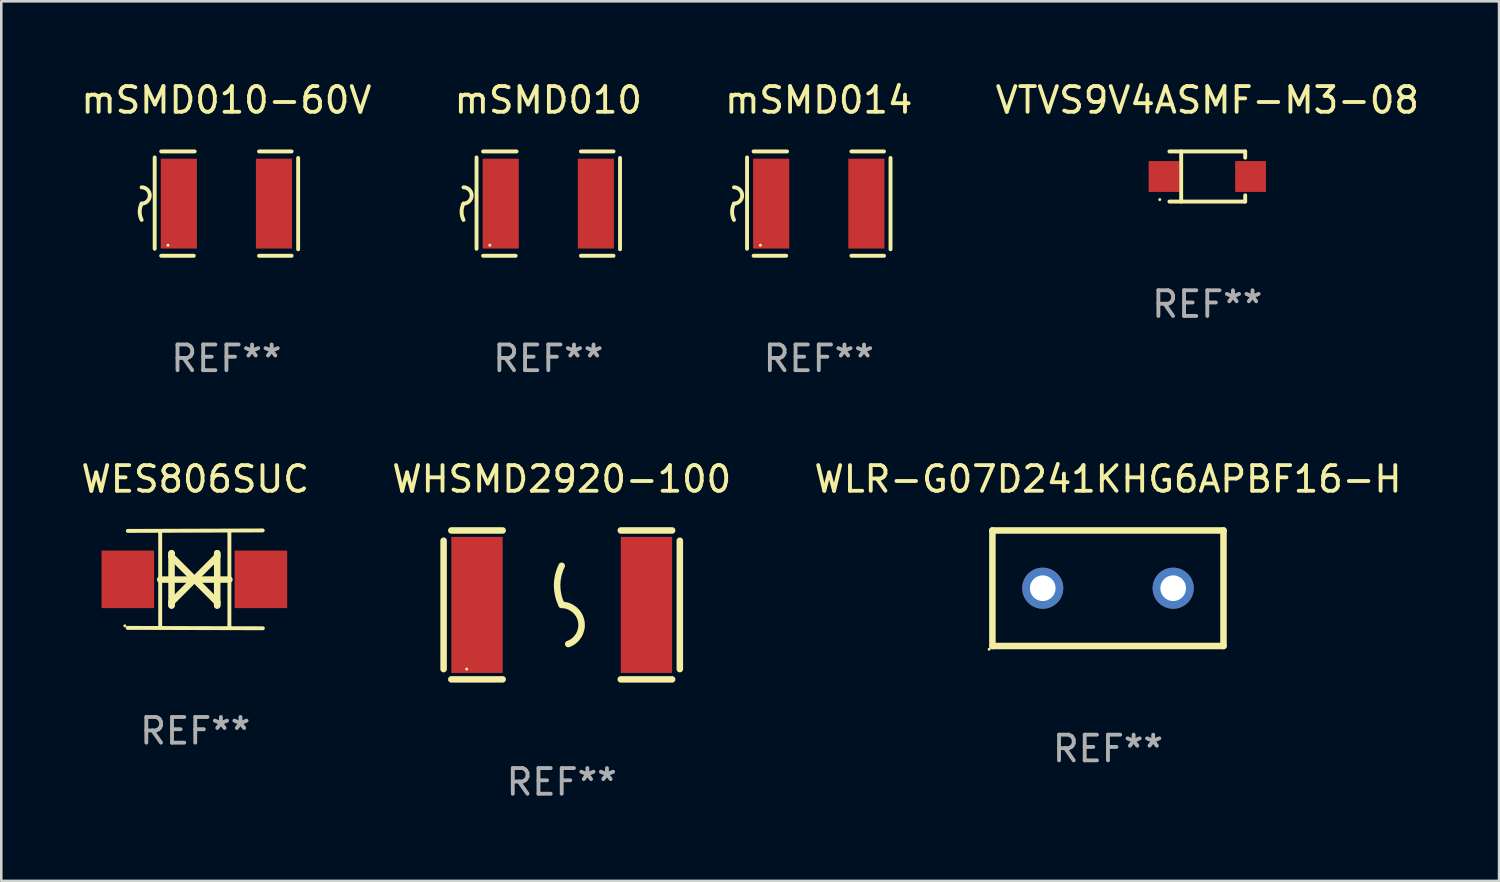
<source format=kicad_pcb>
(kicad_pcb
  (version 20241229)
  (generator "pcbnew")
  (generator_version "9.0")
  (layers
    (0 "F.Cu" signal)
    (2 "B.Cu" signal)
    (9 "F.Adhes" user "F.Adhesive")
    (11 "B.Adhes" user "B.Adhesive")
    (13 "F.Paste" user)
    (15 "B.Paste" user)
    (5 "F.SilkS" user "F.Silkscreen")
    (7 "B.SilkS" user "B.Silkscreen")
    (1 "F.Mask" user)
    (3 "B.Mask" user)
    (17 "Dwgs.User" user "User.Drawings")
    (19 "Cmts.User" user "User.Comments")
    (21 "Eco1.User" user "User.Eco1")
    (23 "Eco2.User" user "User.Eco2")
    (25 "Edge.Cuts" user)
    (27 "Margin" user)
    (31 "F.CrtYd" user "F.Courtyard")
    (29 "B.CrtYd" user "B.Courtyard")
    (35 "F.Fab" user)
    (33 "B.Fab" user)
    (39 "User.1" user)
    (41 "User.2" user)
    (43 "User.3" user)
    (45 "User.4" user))
  (footprint "WLR-G07D241KHG6APBF16-H"
    (layer "F.Cu")
    (at 40.101 19.859)
    (property "Reference" "WLR-G07D241KHG6APBF16-H" (at 0 -4.25 0) (layer "F.SilkS") (effects (font (size 1 1) (thickness 0.15))))
    (attr through_hole)
    (fp_line (start -4.5 -2.25) (end 4.5 -2.25) (stroke (width 0.254) (type solid)) (layer "F.SilkS"))
    (fp_line (start -4.5 2.25) (end -4.5 -2.25) (stroke (width 0.254) (type solid)) (layer "F.SilkS"))
    (fp_line (start 4.5 -2.25) (end 4.5 2.25) (stroke (width 0.254) (type solid)) (layer "F.SilkS"))
    (fp_line (start 4.5 2.25) (end -4.5 2.25) (stroke (width 0.254) (type solid)) (layer "F.SilkS"))
    (fp_circle (center -4.627 2.377) (end -4.597 2.377) (stroke (width 0.06) (type solid)) (fill no) (layer "F.SilkS"))
    (fp_text user "REF**" (at 0 6.25 0) (layer "F.Fab") (effects (font (size 1 1) (thickness 0.15))))
    (pad "1" thru_hole circle (at -2.54 0) (size 1.6 1.6) (drill 1) (layers "*.Cu" "*.Mask"))
    (pad "2" thru_hole circle (at 2.54 0) (size 1.6 1.6) (drill 1) (layers "*.Cu" "*.Mask")))
  (footprint "mSMD014"
    (layer "F.Cu")
    (at 28.839 4.88)
    (property "Reference" "mSMD014" (at 0 -4.032 0) (layer "F.SilkS") (effects (font (size 1 1) (thickness 0.15))))
    (attr through_hole)
    (fp_line (start -2.794 -1.798) (end -2.794 1.758) (stroke (width 0.152) (type solid)) (layer "F.SilkS"))
    (fp_line (start -2.54 -2.032) (end -1.235 -2.032) (stroke (width 0.152) (type solid)) (layer "F.SilkS"))
    (fp_line (start -1.27 2.032) (end -2.54 2.032) (stroke (width 0.152) (type solid)) (layer "F.SilkS"))
    (fp_line (start 1.27 2.032) (end 2.54 2.032) (stroke (width 0.152) (type solid)) (layer "F.SilkS"))
    (fp_line (start 2.54 -2.032) (end 1.27 -2.032) (stroke (width 0.152) (type solid)) (layer "F.SilkS"))
    (fp_line (start 2.794 -1.778) (end 2.794 1.778) (stroke (width 0.152) (type solid)) (layer "F.SilkS"))
    (fp_arc (start -3.302007 -0.635002) (mid -2.984506 -0.317501) (end -3.302007 0) (stroke (width 0.151994) (type solid)) (layer "F.SilkS"))
    (fp_arc (start -3.302007 0.635002) (mid -3.376959 0.317501) (end -3.302007 0) (stroke (width 0.151994) (type solid)) (layer "F.SilkS"))
    (fp_circle (center -2.275 1.62) (end -2.245 1.62) (stroke (width 0.06) (type solid)) (fill no) (layer "F.SilkS"))
    (fp_text user "REF**" (at 0 6.032 0) (layer "F.Fab") (effects (font (size 1 1) (thickness 0.15))))
    (pad "1" smd rect (at -1.853 0) (size 1.407 3.499) (layers "F.Cu" "F.Mask" "F.Paste"))
    (pad "2" smd rect (at 1.853 0) (size 1.407 3.499) (layers "F.Cu" "F.Mask" "F.Paste")))
  (footprint "mSMD010-60V"
    (layer "F.Cu")
    (at 5.768 4.88)
    (property "Reference" "mSMD010-60V" (at 0 -4.032 0) (layer "F.SilkS") (effects (font (size 1 1) (thickness 0.15))))
    (attr through_hole)
    (fp_line (start -2.794 -1.798) (end -2.794 1.758) (stroke (width 0.152) (type solid)) (layer "F.SilkS"))
    (fp_line (start -2.54 -2.032) (end -1.235 -2.032) (stroke (width 0.152) (type solid)) (layer "F.SilkS"))
    (fp_line (start -1.27 2.032) (end -2.54 2.032) (stroke (width 0.152) (type solid)) (layer "F.SilkS"))
    (fp_line (start 1.27 2.032) (end 2.54 2.032) (stroke (width 0.152) (type solid)) (layer "F.SilkS"))
    (fp_line (start 2.54 -2.032) (end 1.27 -2.032) (stroke (width 0.152) (type solid)) (layer "F.SilkS"))
    (fp_line (start 2.794 -1.778) (end 2.794 1.778) (stroke (width 0.152) (type solid)) (layer "F.SilkS"))
    (fp_arc (start -3.302007 -0.635002) (mid -2.984506 -0.317501) (end -3.302007 0) (stroke (width 0.151994) (type solid)) (layer "F.SilkS"))
    (fp_arc (start -3.302007 0.635002) (mid -3.376959 0.317501) (end -3.302007 0) (stroke (width 0.151994) (type solid)) (layer "F.SilkS"))
    (fp_circle (center -2.275 1.62) (end -2.245 1.62) (stroke (width 0.06) (type solid)) (fill no) (layer "F.SilkS"))
    (fp_text user "REF**" (at 0 6.032 0) (layer "F.Fab") (effects (font (size 1 1) (thickness 0.15))))
    (pad "1" smd rect (at -1.853 0) (size 1.407 3.499) (layers "F.Cu" "F.Mask" "F.Paste"))
    (pad "2" smd rect (at 1.853 0) (size 1.407 3.499) (layers "F.Cu" "F.Mask" "F.Paste")))
  (footprint "VTVS9V4ASMF-M3-08"
    (layer "F.Cu")
    (at 43.97 3.824)
    (property "Reference" "VTVS9V4ASMF-M3-08" (at 0 -2.976 0) (layer "F.SilkS") (effects (font (size 1 1) (thickness 0.15))))
    (attr through_hole)
    (fp_line (start -1.476 -0.976) (end 1.476 -0.976) (stroke (width 0.152) (type solid)) (layer "F.SilkS"))
    (fp_line (start -1.476 0.976) (end 1.476 0.976) (stroke (width 0.152) (type solid)) (layer "F.SilkS"))
    (fp_line (start -1.017 -0.976) (end -1.017 0.976) (stroke (width 0.152) (type solid)) (layer "F.SilkS"))
    (fp_line (start 1.476 -0.976) (end 1.476 -0.733) (stroke (width 0.152) (type solid)) (layer "F.SilkS"))
    (fp_line (start 1.476 0.976) (end 1.476 0.733) (stroke (width 0.152) (type solid)) (layer "F.SilkS"))
    (fp_circle (center -1.85 0.9) (end -1.82 0.9) (stroke (width 0.06) (type solid)) (fill no) (layer "F.SilkS"))
    (fp_text user "REF**" (at 0 4.976 0) (layer "F.Fab") (effects (font (size 1 1) (thickness 0.15))))
    (pad "1" smd rect (at -1.685 0) (size 1.2 1.2) (layers "F.Cu" "F.Mask" "F.Paste"))
    (pad "2" smd rect (at 1.685 0) (size 1.2 1.2) (layers "F.Cu" "F.Mask" "F.Paste")))
  (footprint "mSMD010"
    (layer "F.Cu")
    (at 18.304 4.88)
    (property "Reference" "mSMD010" (at 0 -4.032 0) (layer "F.SilkS") (effects (font (size 1 1) (thickness 0.15))))
    (attr through_hole)
    (fp_line (start -2.794 -1.798) (end -2.794 1.758) (stroke (width 0.152) (type solid)) (layer "F.SilkS"))
    (fp_line (start -2.54 -2.032) (end -1.235 -2.032) (stroke (width 0.152) (type solid)) (layer "F.SilkS"))
    (fp_line (start -1.27 2.032) (end -2.54 2.032) (stroke (width 0.152) (type solid)) (layer "F.SilkS"))
    (fp_line (start 1.27 2.032) (end 2.54 2.032) (stroke (width 0.152) (type solid)) (layer "F.SilkS"))
    (fp_line (start 2.54 -2.032) (end 1.27 -2.032) (stroke (width 0.152) (type solid)) (layer "F.SilkS"))
    (fp_line (start 2.794 -1.778) (end 2.794 1.778) (stroke (width 0.152) (type solid)) (layer "F.SilkS"))
    (fp_arc (start -3.302007 -0.635002) (mid -2.984506 -0.317501) (end -3.302007 0) (stroke (width 0.151994) (type solid)) (layer "F.SilkS"))
    (fp_arc (start -3.302007 0.635002) (mid -3.376959 0.317501) (end -3.302007 0) (stroke (width 0.151994) (type solid)) (layer "F.SilkS"))
    (fp_circle (center -2.275 1.62) (end -2.245 1.62) (stroke (width 0.06) (type solid)) (fill no) (layer "F.SilkS"))
    (fp_text user "REF**" (at 0 6.032 0) (layer "F.Fab") (effects (font (size 1 1) (thickness 0.15))))
    (pad "1" smd rect (at -1.853 0) (size 1.407 3.499) (layers "F.Cu" "F.Mask" "F.Paste"))
    (pad "2" smd rect (at 1.853 0) (size 1.407 3.499) (layers "F.Cu" "F.Mask" "F.Paste")))
  (footprint "WHSMD2920-100"
    (layer "F.Cu")
    (at 18.827 20.509)
    (property "Reference" "WHSMD2920-100" (at 0 -4.9 0) (layer "F.SilkS") (effects (font (size 1 1) (thickness 0.15))))
    (attr through_hole)
    (fp_line (start -4.6 -2.5) (end -4.6 2.5) (stroke (width 0.254) (type solid)) (layer "F.SilkS"))
    (fp_line (start -4.3 -2.9) (end -2.3 -2.9) (stroke (width 0.254) (type solid)) (layer "F.SilkS"))
    (fp_line (start -4.3 2.9) (end -2.3 2.9) (stroke (width 0.254) (type solid)) (layer "F.SilkS"))
    (fp_line (start 2.3 -2.9) (end 4.3 -2.9) (stroke (width 0.254) (type solid)) (layer "F.SilkS"))
    (fp_line (start 2.3 2.9) (end 4.3 2.9) (stroke (width 0.254) (type solid)) (layer "F.SilkS"))
    (fp_line (start 4.6 -2.5) (end 4.6 2.5) (stroke (width 0.254) (type solid)) (layer "F.SilkS"))
    (fp_arc (start 0 0) (mid -0.179884 -0.762002) (end 0 -1.524003) (stroke (width 0.254001) (type solid)) (layer "F.SilkS"))
    (fp_arc (start 0 0) (mid 0.763086 0.655987) (end 0.254001 1.524003) (stroke (width 0.254001) (type solid)) (layer "F.SilkS"))
    (fp_circle (center -3.7 2.5) (end -3.67 2.5) (stroke (width 0.06) (type solid)) (fill no) (layer "F.SilkS"))
    (fp_text user "REF**" (at 0 6.9 0) (layer "F.Fab") (effects (font (size 1 1) (thickness 0.15))))
    (pad "1" smd rect (at -3.3 0) (size 2 5.3) (layers "F.Cu" "F.Mask" "F.Paste"))
    (pad "2" smd rect (at 3.3 0) (size 2 5.3) (layers "F.Cu" "F.Mask" "F.Paste")))
  (footprint "WES806SUC"
    (layer "F.Cu")
    (at 4.554 19.514)
    (property "Reference" "WES806SUC" (at 0 -3.905 0) (layer "F.SilkS") (effects (font (size 1 1) (thickness 0.15))))
    (attr through_hole)
    (fp_line (start -1.365 1.886) (end -1.365 -1.886) (stroke (width 0.152) (type solid)) (layer "F.SilkS"))
    (fp_line (start -1.365 0.008) (end 1.33 0.008) (stroke (width 0.254) (type solid)) (layer "F.SilkS"))
    (fp_line (start -0.923 -1.016) (end -0.923 1.016) (stroke (width 0.254) (type solid)) (layer "F.SilkS"))
    (fp_line (start -0.923 -0.889) (end -0.923 -1.016) (stroke (width 0.254) (type solid)) (layer "F.SilkS"))
    (fp_line (start -0.923 0.889) (end -0.034 0) (stroke (width 0.254) (type solid)) (layer "F.SilkS"))
    (fp_line (start -0.923 1.016) (end -0.923 0.889) (stroke (width 0.254) (type solid)) (layer "F.SilkS"))
    (fp_line (start -0.034 0) (end -0.923 -0.889) (stroke (width 0.254) (type solid)) (layer "F.SilkS"))
    (fp_line (start -0.034 0) (end 0.855 0.889) (stroke (width 0.254) (type solid)) (layer "F.SilkS"))
    (fp_line (start 0.855 -1.016) (end 0.855 -0.889) (stroke (width 0.254) (type solid)) (layer "F.SilkS"))
    (fp_line (start 0.855 -0.889) (end -0.034 0) (stroke (width 0.254) (type solid)) (layer "F.SilkS"))
    (fp_line (start 0.855 0.889) (end 0.855 1.016) (stroke (width 0.254) (type solid)) (layer "F.SilkS"))
    (fp_line (start 0.855 1.016) (end 0.855 -1.016) (stroke (width 0.254) (type solid)) (layer "F.SilkS"))
    (fp_line (start 1.33 1.886) (end 1.33 -1.886) (stroke (width 0.152) (type solid)) (layer "F.SilkS"))
    (fp_line (start 2.629 -1.905) (end -2.625 -1.887) (stroke (width 0.152) (type solid)) (layer "F.SilkS"))
    (fp_line (start 2.633 1.905) (end -2.633 1.89) (stroke (width 0.152) (type solid)) (layer "F.SilkS"))
    (fp_circle (center -2.741 1.81) (end -2.711 1.81) (stroke (width 0.06) (type solid)) (fill no) (layer "F.SilkS"))
    (fp_text user "REF**" (at 0 5.905 0) (layer "F.Fab") (effects (font (size 1 1) (thickness 0.15))))
    (pad "1" smd rect (at -2.625 0) (size 2.047 2.241) (layers "F.Cu" "F.Mask" "F.Paste"))
    (pad "2" smd rect (at 2.557 0) (size 2.047 2.241) (layers "F.Cu" "F.Mask" "F.Paste")))
  (gr_rect
    (start -3 -3)
    (end 55.333 31.257)
    (stroke (width 0.1) (type default))
    (fill no)
    (layer "Edge.Cuts")))
</source>
